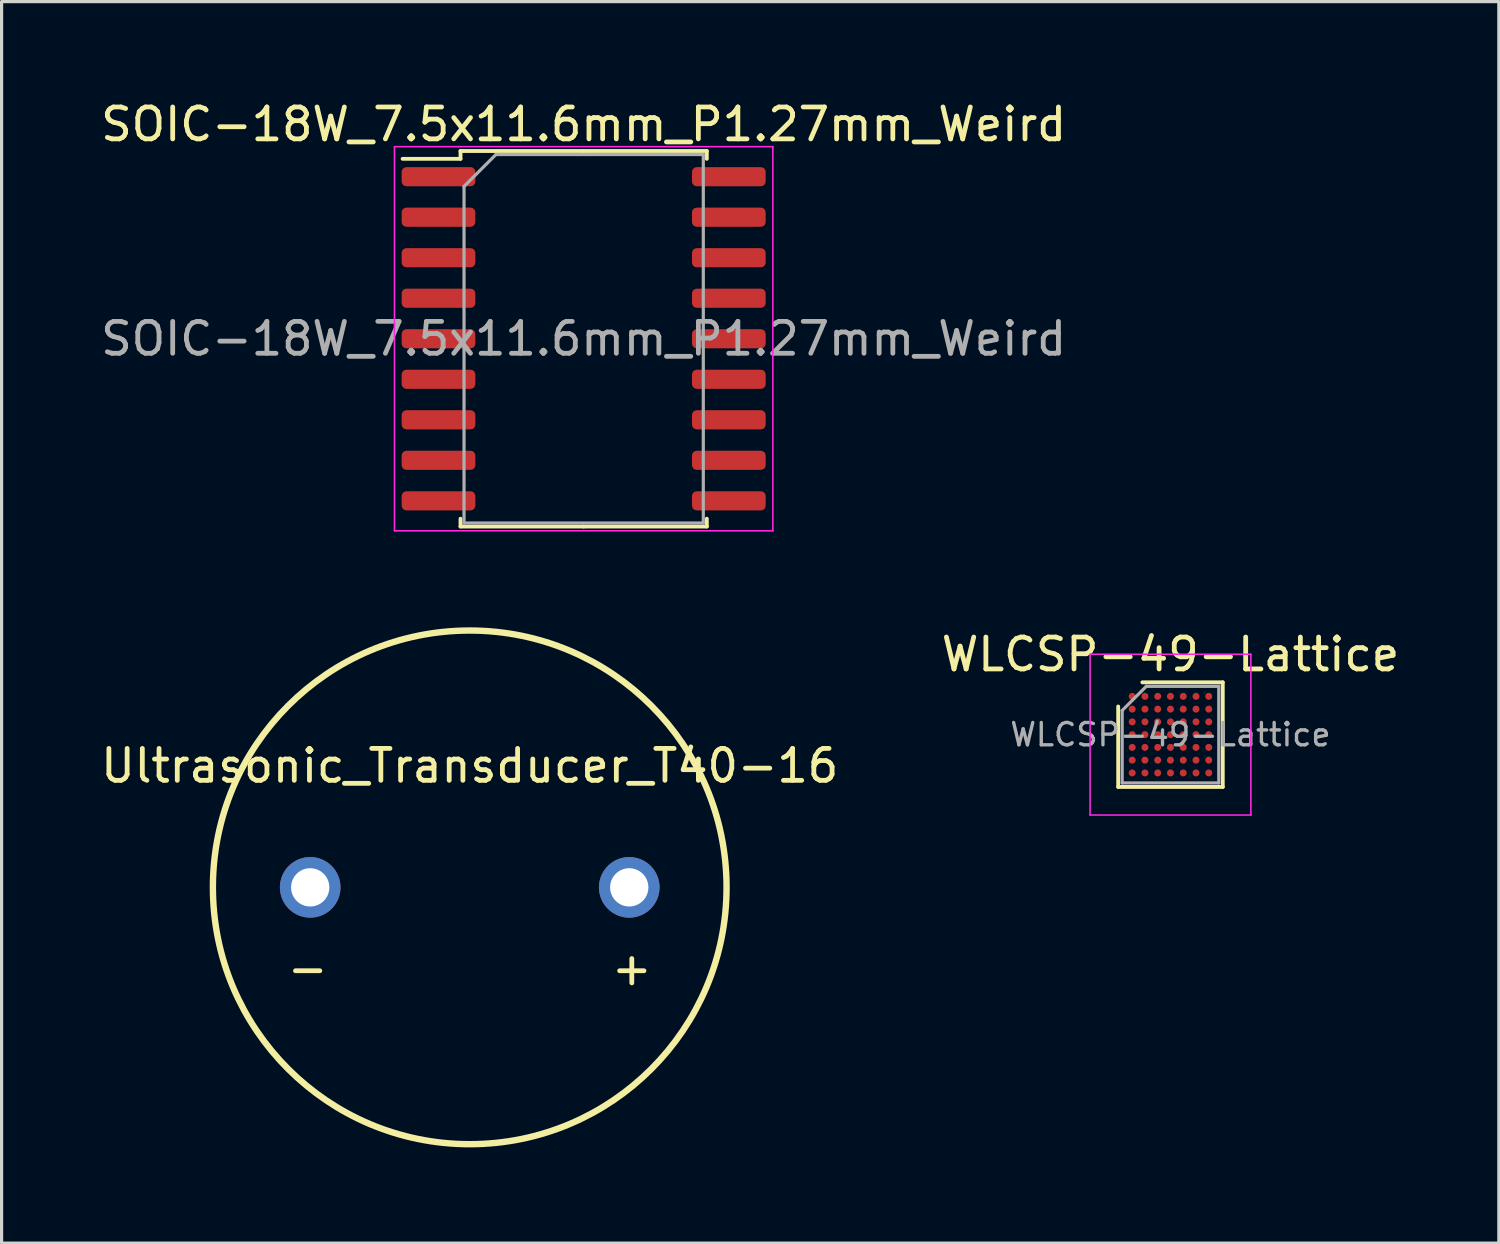
<source format=kicad_pcb>
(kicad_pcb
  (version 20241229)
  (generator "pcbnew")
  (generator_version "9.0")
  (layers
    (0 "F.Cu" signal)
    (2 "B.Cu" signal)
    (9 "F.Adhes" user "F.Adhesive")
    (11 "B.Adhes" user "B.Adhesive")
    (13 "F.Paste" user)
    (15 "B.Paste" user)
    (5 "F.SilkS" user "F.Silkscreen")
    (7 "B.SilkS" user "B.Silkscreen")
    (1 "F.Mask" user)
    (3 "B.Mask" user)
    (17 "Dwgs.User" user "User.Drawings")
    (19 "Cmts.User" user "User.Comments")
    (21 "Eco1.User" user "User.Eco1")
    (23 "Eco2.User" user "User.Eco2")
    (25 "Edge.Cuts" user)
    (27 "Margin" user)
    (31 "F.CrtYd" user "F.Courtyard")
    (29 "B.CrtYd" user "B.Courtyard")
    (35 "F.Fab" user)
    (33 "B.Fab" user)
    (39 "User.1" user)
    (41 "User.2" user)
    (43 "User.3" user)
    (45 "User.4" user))
  (footprint "WLCSP-49-Lattice"
    (layer "F.Cu")
    (at 33.637 19.976)
    (property "Reference" "WLCSP-49-Lattice" (at 0 -2.514 0) (layer "F.SilkS") (effects (font (size 1 1) (thickness 0.15))))
    (attr smd)
    (fp_line (start -1.639 1.639) (end -1.639 -0.882) (stroke (width 0.12) (type solid)) (layer "F.SilkS"))
    (fp_line (start -0.882 -1.639) (end 1.639 -1.639) (stroke (width 0.12) (type solid)) (layer "F.SilkS"))
    (fp_line (start 1.639 -1.639) (end 1.639 1.639) (stroke (width 0.12) (type solid)) (layer "F.SilkS"))
    (fp_line (start 1.639 1.639) (end -1.639 1.639) (stroke (width 0.12) (type solid)) (layer "F.SilkS"))
    (fp_line (start -2.52 -2.52) (end -2.52 2.52) (stroke (width 0.05) (type solid)) (layer "F.CrtYd"))
    (fp_line (start -2.52 2.52) (end 2.52 2.52) (stroke (width 0.05) (type solid)) (layer "F.CrtYd"))
    (fp_line (start 2.52 -2.52) (end -2.52 -2.52) (stroke (width 0.05) (type solid)) (layer "F.CrtYd"))
    (fp_line (start 2.52 2.52) (end 2.52 -2.52) (stroke (width 0.05) (type solid)) (layer "F.CrtYd"))
    (fp_line (start -1.514 -0.757) (end -0.757 -1.514) (stroke (width 0.1) (type solid)) (layer "F.Fab"))
    (fp_line (start -1.514 1.514) (end -1.514 -0.757) (stroke (width 0.1) (type solid)) (layer "F.Fab"))
    (fp_line (start -0.757 -1.514) (end 1.514 -1.514) (stroke (width 0.1) (type solid)) (layer "F.Fab"))
    (fp_line (start 1.514 -1.514) (end 1.514 1.514) (stroke (width 0.1) (type solid)) (layer "F.Fab"))
    (fp_line (start 1.514 1.514) (end -1.514 1.514) (stroke (width 0.1) (type solid)) (layer "F.Fab"))
    (fp_text user "${REFERENCE}" (at 0 0 0) (layer "F.Fab") (effects (font (size 0.7 0.7) (thickness 0.105))))
    (pad "A1" smd circle (at 1.2 -1.2) (size 0.22 0.22) (layers "F.Cu" "F.Mask" "F.Paste"))
    (pad "A2" smd circle (at 0.8 -1.2) (size 0.22 0.22) (layers "F.Cu" "F.Mask" "F.Paste"))
    (pad "A3" smd circle (at 0.4 -1.2) (size 0.22 0.22) (layers "F.Cu" "F.Mask" "F.Paste"))
    (pad "A4" smd circle (at 0 -1.2) (size 0.22 0.22) (layers "F.Cu" "F.Mask" "F.Paste"))
    (pad "A5" smd circle (at -0.4 -1.2) (size 0.22 0.22) (layers "F.Cu" "F.Mask" "F.Paste"))
    (pad "A6" smd circle (at -0.8 -1.2) (size 0.22 0.22) (layers "F.Cu" "F.Mask" "F.Paste"))
    (pad "A7" smd circle (at -1.2 -1.2) (size 0.22 0.22) (layers "F.Cu" "F.Mask" "F.Paste"))
    (pad "B1" smd circle (at 1.2 -0.8) (size 0.22 0.22) (layers "F.Cu" "F.Mask" "F.Paste"))
    (pad "B2" smd circle (at 0.8 -0.8) (size 0.22 0.22) (layers "F.Cu" "F.Mask" "F.Paste"))
    (pad "B3" smd circle (at 0.4 -0.8) (size 0.22 0.22) (layers "F.Cu" "F.Mask" "F.Paste"))
    (pad "B4" smd circle (at 0 -0.8) (size 0.22 0.22) (layers "F.Cu" "F.Mask" "F.Paste"))
    (pad "B5" smd circle (at -0.4 -0.8) (size 0.22 0.22) (layers "F.Cu" "F.Mask" "F.Paste"))
    (pad "B6" smd circle (at -0.8 -0.8) (size 0.22 0.22) (layers "F.Cu" "F.Mask" "F.Paste"))
    (pad "B7" smd circle (at -1.2 -0.8) (size 0.22 0.22) (layers "F.Cu" "F.Mask" "F.Paste"))
    (pad "C1" smd circle (at 1.2 -0.4) (size 0.22 0.22) (layers "F.Cu" "F.Mask" "F.Paste"))
    (pad "C2" smd circle (at 0.8 -0.4) (size 0.22 0.22) (layers "F.Cu" "F.Mask" "F.Paste"))
    (pad "C3" smd circle (at 0.4 -0.4) (size 0.22 0.22) (layers "F.Cu" "F.Mask" "F.Paste"))
    (pad "C4" smd circle (at 0 -0.4) (size 0.22 0.22) (layers "F.Cu" "F.Mask" "F.Paste"))
    (pad "C5" smd circle (at -0.4 -0.4) (size 0.22 0.22) (layers "F.Cu" "F.Mask" "F.Paste"))
    (pad "C6" smd circle (at -0.8 -0.4) (size 0.22 0.22) (layers "F.Cu" "F.Mask" "F.Paste"))
    (pad "C7" smd circle (at -1.2 -0.4) (size 0.22 0.22) (layers "F.Cu" "F.Mask" "F.Paste"))
    (pad "D1" smd circle (at 1.2 0) (size 0.22 0.22) (layers "F.Cu" "F.Mask" "F.Paste"))
    (pad "D2" smd circle (at 0.8 0) (size 0.22 0.22) (layers "F.Cu" "F.Mask" "F.Paste"))
    (pad "D3" smd circle (at 0.4 0) (size 0.22 0.22) (layers "F.Cu" "F.Mask" "F.Paste"))
    (pad "D4" smd circle (at 0 0) (size 0.22 0.22) (layers "F.Cu" "F.Mask" "F.Paste"))
    (pad "D5" smd circle (at -0.4 0) (size 0.22 0.22) (layers "F.Cu" "F.Mask" "F.Paste"))
    (pad "D6" smd circle (at -0.8 0) (size 0.22 0.22) (layers "F.Cu" "F.Mask" "F.Paste"))
    (pad "D7" smd circle (at -1.2 0) (size 0.22 0.22) (layers "F.Cu" "F.Mask" "F.Paste"))
    (pad "E1" smd circle (at 1.2 0.4) (size 0.22 0.22) (layers "F.Cu" "F.Mask" "F.Paste"))
    (pad "E2" smd circle (at 0.8 0.4) (size 0.22 0.22) (layers "F.Cu" "F.Mask" "F.Paste"))
    (pad "E3" smd circle (at 0.4 0.4) (size 0.22 0.22) (layers "F.Cu" "F.Mask" "F.Paste"))
    (pad "E4" smd circle (at 0 0.4) (size 0.22 0.22) (layers "F.Cu" "F.Mask" "F.Paste"))
    (pad "E5" smd circle (at -0.4 0.4) (size 0.22 0.22) (layers "F.Cu" "F.Mask" "F.Paste"))
    (pad "E6" smd circle (at -0.8 0.4) (size 0.22 0.22) (layers "F.Cu" "F.Mask" "F.Paste"))
    (pad "E7" smd circle (at -1.2 0.4) (size 0.22 0.22) (layers "F.Cu" "F.Mask" "F.Paste"))
    (pad "F1" smd circle (at 1.2 0.8) (size 0.22 0.22) (layers "F.Cu" "F.Mask" "F.Paste"))
    (pad "F2" smd circle (at 0.8 0.8) (size 0.22 0.22) (layers "F.Cu" "F.Mask" "F.Paste"))
    (pad "F3" smd circle (at 0.4 0.8) (size 0.22 0.22) (layers "F.Cu" "F.Mask" "F.Paste"))
    (pad "F4" smd circle (at 0 0.8) (size 0.22 0.22) (layers "F.Cu" "F.Mask" "F.Paste"))
    (pad "F5" smd circle (at -0.4 0.8) (size 0.22 0.22) (layers "F.Cu" "F.Mask" "F.Paste"))
    (pad "F6" smd circle (at -0.8 0.8) (size 0.22 0.22) (layers "F.Cu" "F.Mask" "F.Paste"))
    (pad "F7" smd circle (at -1.2 0.8) (size 0.22 0.22) (layers "F.Cu" "F.Mask" "F.Paste"))
    (pad "G1" smd circle (at 1.2 1.2) (size 0.22 0.22) (layers "F.Cu" "F.Mask" "F.Paste"))
    (pad "G2" smd circle (at 0.8 1.2) (size 0.22 0.22) (layers "F.Cu" "F.Mask" "F.Paste"))
    (pad "G3" smd circle (at 0.4 1.2) (size 0.22 0.22) (layers "F.Cu" "F.Mask" "F.Paste"))
    (pad "G4" smd circle (at 0 1.2) (size 0.22 0.22) (layers "F.Cu" "F.Mask" "F.Paste"))
    (pad "G5" smd circle (at -0.4 1.2) (size 0.22 0.22) (layers "F.Cu" "F.Mask" "F.Paste"))
    (pad "G6" smd circle (at -0.8 1.2) (size 0.22 0.22) (layers "F.Cu" "F.Mask" "F.Paste"))
    (pad "G7" smd circle (at -1.2 1.2) (size 0.22 0.22) (layers "F.Cu" "F.Mask" "F.Paste")))
  (footprint "Ultrasonic_Transducer_T40-16"
    (layer "F.Cu")
    (at 11.673 24.763)
    (property "Reference" "Ultrasonic_Transducer_T40-16" (at 0 -3.81 0) (layer "F.SilkS") (effects (font (size 1 1) (thickness 0.15))))
    (attr through_hole)
    (fp_circle (center 0 0) (end 8.05 0) (stroke (width 0.2) (type solid)) (fill no) (layer "F.SilkS"))
    (fp_text user "-" (at -5.08 2.54 0) (layer "F.SilkS") (effects (font (size 1 1) (thickness 0.15))))
    (fp_text user "+" (at 5.08 2.54 0) (layer "F.SilkS") (effects (font (size 1 1) (thickness 0.15))))
    (pad "1" thru_hole circle (at 5 0 90) (size 1.9 1.9) (drill 1.2) (layers "*.Cu" "*.Mask"))
    (pad "2" thru_hole circle (at -5 0) (size 1.9 1.9) (drill 1.2) (layers "*.Cu" "*.Mask")))
  (footprint "SOIC-18W_7.5x11.6mm_P1.27mm_Weird"
    (layer "F.Cu")
    (at 15.244 7.568)
    (property "Reference" "SOIC-18W_7.5x11.6mm_P1.27mm_Weird" (at 0 -6.72 0) (layer "F.SilkS") (effects (font (size 1 1) (thickness 0.15))))
    (attr smd)
    (fp_line (start -3.86 -5.885) (end -3.86 -5.64) (stroke (width 0.12) (type solid)) (layer "F.SilkS"))
    (fp_line (start -3.86 -5.64) (end -5.675 -5.64) (stroke (width 0.12) (type solid)) (layer "F.SilkS"))
    (fp_line (start -3.86 5.885) (end -3.86 5.64) (stroke (width 0.12) (type solid)) (layer "F.SilkS"))
    (fp_line (start 0 -5.885) (end -3.86 -5.885) (stroke (width 0.12) (type solid)) (layer "F.SilkS"))
    (fp_line (start 0 -5.885) (end 3.86 -5.885) (stroke (width 0.12) (type solid)) (layer "F.SilkS"))
    (fp_line (start 0 5.885) (end -3.86 5.885) (stroke (width 0.12) (type solid)) (layer "F.SilkS"))
    (fp_line (start 0 5.885) (end 3.86 5.885) (stroke (width 0.12) (type solid)) (layer "F.SilkS"))
    (fp_line (start 3.86 -5.885) (end 3.86 -5.64) (stroke (width 0.12) (type solid)) (layer "F.SilkS"))
    (fp_line (start 3.86 5.885) (end 3.86 5.64) (stroke (width 0.12) (type solid)) (layer "F.SilkS"))
    (fp_line (start -5.93 -6.02) (end -5.93 6.02) (stroke (width 0.05) (type solid)) (layer "F.CrtYd"))
    (fp_line (start -5.93 6.02) (end 5.93 6.02) (stroke (width 0.05) (type solid)) (layer "F.CrtYd"))
    (fp_line (start 5.93 -6.02) (end -5.93 -6.02) (stroke (width 0.05) (type solid)) (layer "F.CrtYd"))
    (fp_line (start 5.93 6.02) (end 5.93 -6.02) (stroke (width 0.05) (type solid)) (layer "F.CrtYd"))
    (fp_line (start -3.75 -4.775) (end -2.75 -5.775) (stroke (width 0.1) (type solid)) (layer "F.Fab"))
    (fp_line (start -3.75 5.775) (end -3.75 -4.775) (stroke (width 0.1) (type solid)) (layer "F.Fab"))
    (fp_line (start -2.75 -5.775) (end 3.75 -5.775) (stroke (width 0.1) (type solid)) (layer "F.Fab"))
    (fp_line (start 3.75 -5.775) (end 3.75 5.775) (stroke (width 0.1) (type solid)) (layer "F.Fab"))
    (fp_line (start 3.75 5.775) (end -3.75 5.775) (stroke (width 0.1) (type solid)) (layer "F.Fab"))
    (fp_text user "${REFERENCE}" (at 0 0 0) (layer "F.Fab") (effects (font (size 1 1) (thickness 0.15))))
    (pad "1" smd roundrect (at -4.55 -5.08) (size 2.31 0.6) (layers "F.Cu" "F.Mask" "F.Paste") (roundrect_rratio 0.25))
    (pad "2" smd roundrect (at -4.55 -3.81) (size 2.31 0.6) (layers "F.Cu" "F.Mask" "F.Paste") (roundrect_rratio 0.25))
    (pad "3" smd roundrect (at -4.55 -2.54) (size 2.31 0.6) (layers "F.Cu" "F.Mask" "F.Paste") (roundrect_rratio 0.25))
    (pad "4" smd roundrect (at -4.55 -1.27) (size 2.31 0.6) (layers "F.Cu" "F.Mask" "F.Paste") (roundrect_rratio 0.25))
    (pad "5" smd roundrect (at -4.55 0) (size 2.31 0.6) (layers "F.Cu" "F.Mask" "F.Paste") (roundrect_rratio 0.25))
    (pad "6" smd roundrect (at -4.55 1.27) (size 2.31 0.6) (layers "F.Cu" "F.Mask" "F.Paste") (roundrect_rratio 0.25))
    (pad "7" smd roundrect (at -4.55 2.54) (size 2.31 0.6) (layers "F.Cu" "F.Mask" "F.Paste") (roundrect_rratio 0.25))
    (pad "8" smd roundrect (at -4.55 3.81) (size 2.31 0.6) (layers "F.Cu" "F.Mask" "F.Paste") (roundrect_rratio 0.25))
    (pad "9" smd roundrect (at -4.55 5.08) (size 2.31 0.6) (layers "F.Cu" "F.Mask" "F.Paste") (roundrect_rratio 0.25))
    (pad "10" smd roundrect (at 4.55 5.08) (size 2.31 0.6) (layers "F.Cu" "F.Mask" "F.Paste") (roundrect_rratio 0.25))
    (pad "11" smd roundrect (at 4.55 3.81) (size 2.31 0.6) (layers "F.Cu" "F.Mask" "F.Paste") (roundrect_rratio 0.25))
    (pad "12" smd roundrect (at 4.55 2.54) (size 2.31 0.6) (layers "F.Cu" "F.Mask" "F.Paste") (roundrect_rratio 0.25))
    (pad "13" smd roundrect (at 4.55 1.27) (size 2.31 0.6) (layers "F.Cu" "F.Mask" "F.Paste") (roundrect_rratio 0.25))
    (pad "14" smd roundrect (at 4.55 0) (size 2.31 0.6) (layers "F.Cu" "F.Mask" "F.Paste") (roundrect_rratio 0.25))
    (pad "15" smd roundrect (at 4.55 -1.27) (size 2.31 0.6) (layers "F.Cu" "F.Mask" "F.Paste") (roundrect_rratio 0.25))
    (pad "16" smd roundrect (at 4.55 -2.54) (size 2.31 0.6) (layers "F.Cu" "F.Mask" "F.Paste") (roundrect_rratio 0.25))
    (pad "17" smd roundrect (at 4.55 -3.81) (size 2.31 0.6) (layers "F.Cu" "F.Mask" "F.Paste") (roundrect_rratio 0.25))
    (pad "18" smd roundrect (at 4.55 -5.08) (size 2.31 0.6) (layers "F.Cu" "F.Mask" "F.Paste") (roundrect_rratio 0.25)))
  (gr_rect
    (start -3 -3)
    (end 43.929 35.913)
    (stroke (width 0.1) (type default))
    (fill no)
    (layer "Edge.Cuts")))
</source>
